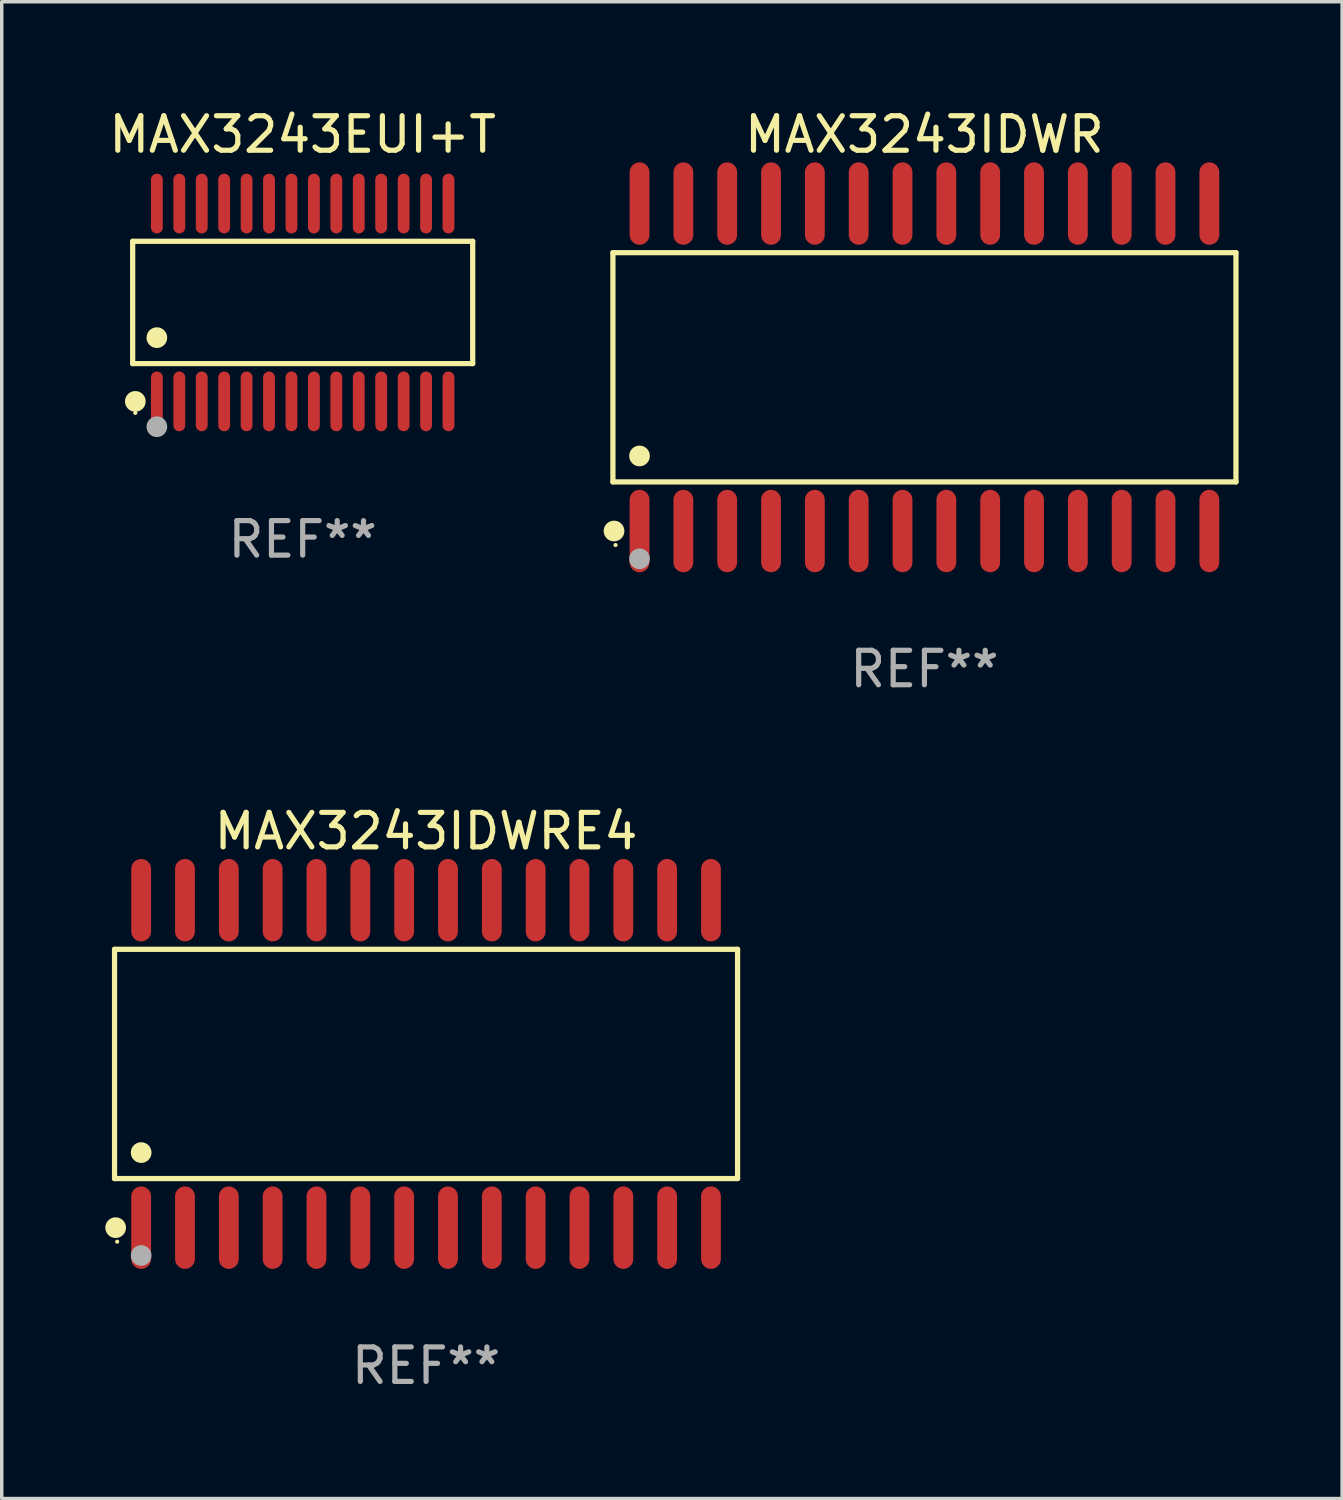
<source format=kicad_pcb>
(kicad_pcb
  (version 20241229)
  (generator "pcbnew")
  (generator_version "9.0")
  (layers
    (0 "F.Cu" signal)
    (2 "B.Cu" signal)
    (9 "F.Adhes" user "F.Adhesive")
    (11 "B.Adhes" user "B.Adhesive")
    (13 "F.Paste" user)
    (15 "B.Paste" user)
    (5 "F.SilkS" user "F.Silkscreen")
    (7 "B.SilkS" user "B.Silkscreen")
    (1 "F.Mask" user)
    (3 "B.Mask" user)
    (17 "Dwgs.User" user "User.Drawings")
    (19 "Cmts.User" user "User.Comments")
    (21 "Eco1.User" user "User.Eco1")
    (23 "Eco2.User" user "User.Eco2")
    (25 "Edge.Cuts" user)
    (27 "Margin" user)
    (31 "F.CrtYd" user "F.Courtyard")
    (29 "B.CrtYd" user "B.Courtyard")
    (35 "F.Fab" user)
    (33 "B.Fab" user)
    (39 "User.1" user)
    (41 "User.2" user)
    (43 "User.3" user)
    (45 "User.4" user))
  (footprint "MAX3243IDWR"
    (layer "F.Cu")
    (at 23.735 7.592)
    (property "Reference" "MAX3243IDWR" (at 0 -6.744 0) (layer "F.SilkS") (effects (font (size 1 1) (thickness 0.15))))
    (attr through_hole)
    (fp_line (start -9.026 -3.321) (end 9.026 -3.321) (stroke (width 0.152) (type solid)) (layer "F.SilkS"))
    (fp_line (start -9.026 3.321) (end -9.026 -3.321) (stroke (width 0.152) (type solid)) (layer "F.SilkS"))
    (fp_line (start 9.026 -3.321) (end 9.026 3.321) (stroke (width 0.152) (type solid)) (layer "F.SilkS"))
    (fp_line (start 9.026 3.321) (end -9.026 3.321) (stroke (width 0.152) (type solid)) (layer "F.SilkS"))
    (fp_circle (center -8.994 4.744) (end -8.844 4.744) (stroke (width 0.3) (type solid)) (fill no) (layer "F.SilkS"))
    (fp_circle (center -8.95 5.15) (end -8.92 5.15) (stroke (width 0.06) (type solid)) (fill no) (layer "F.SilkS"))
    (fp_circle (center -8.255 2.569) (end -8.105 2.569) (stroke (width 0.3) (type solid)) (fill no) (layer "F.SilkS"))
    (fp_circle (center -8.255 5.55) (end -8.105 5.55) (stroke (width 0.3) (type solid)) (fill no) (layer "F.Fab"))
    (fp_text user "REF**" (at 0 8.744 0) (layer "F.Fab") (effects (font (size 1 1) (thickness 0.15))))
    (pad "1" smd oval (at -8.255 4.744) (size 0.574 2.388) (layers "F.Cu" "F.Mask" "F.Paste"))
    (pad "2" smd oval (at -6.985 4.744) (size 0.574 2.388) (layers "F.Cu" "F.Mask" "F.Paste"))
    (pad "3" smd oval (at -5.715 4.744) (size 0.574 2.388) (layers "F.Cu" "F.Mask" "F.Paste"))
    (pad "4" smd oval (at -4.445 4.744) (size 0.574 2.388) (layers "F.Cu" "F.Mask" "F.Paste"))
    (pad "5" smd oval (at -3.175 4.744) (size 0.574 2.388) (layers "F.Cu" "F.Mask" "F.Paste"))
    (pad "6" smd oval (at -1.905 4.744) (size 0.574 2.388) (layers "F.Cu" "F.Mask" "F.Paste"))
    (pad "7" smd oval (at -0.635 4.744) (size 0.574 2.388) (layers "F.Cu" "F.Mask" "F.Paste"))
    (pad "8" smd oval (at 0.635 4.744) (size 0.574 2.388) (layers "F.Cu" "F.Mask" "F.Paste"))
    (pad "9" smd oval (at 1.905 4.744) (size 0.574 2.388) (layers "F.Cu" "F.Mask" "F.Paste"))
    (pad "10" smd oval (at 3.175 4.744) (size 0.574 2.388) (layers "F.Cu" "F.Mask" "F.Paste"))
    (pad "11" smd oval (at 4.445 4.744) (size 0.574 2.388) (layers "F.Cu" "F.Mask" "F.Paste"))
    (pad "12" smd oval (at 5.715 4.744) (size 0.574 2.388) (layers "F.Cu" "F.Mask" "F.Paste"))
    (pad "13" smd oval (at 6.985 4.744) (size 0.574 2.388) (layers "F.Cu" "F.Mask" "F.Paste"))
    (pad "14" smd oval (at 8.255 4.744) (size 0.574 2.388) (layers "F.Cu" "F.Mask" "F.Paste"))
    (pad "15" smd oval (at 8.255 -4.744) (size 0.574 2.388) (layers "F.Cu" "F.Mask" "F.Paste"))
    (pad "16" smd oval (at 6.985 -4.744) (size 0.574 2.388) (layers "F.Cu" "F.Mask" "F.Paste"))
    (pad "17" smd oval (at 5.715 -4.744) (size 0.574 2.388) (layers "F.Cu" "F.Mask" "F.Paste"))
    (pad "18" smd oval (at 4.445 -4.744) (size 0.574 2.388) (layers "F.Cu" "F.Mask" "F.Paste"))
    (pad "19" smd oval (at 3.175 -4.744) (size 0.574 2.388) (layers "F.Cu" "F.Mask" "F.Paste"))
    (pad "20" smd oval (at 1.905 -4.744) (size 0.574 2.388) (layers "F.Cu" "F.Mask" "F.Paste"))
    (pad "21" smd oval (at 0.635 -4.744) (size 0.574 2.388) (layers "F.Cu" "F.Mask" "F.Paste"))
    (pad "22" smd oval (at -0.635 -4.744) (size 0.574 2.388) (layers "F.Cu" "F.Mask" "F.Paste"))
    (pad "23" smd oval (at -1.905 -4.744) (size 0.574 2.388) (layers "F.Cu" "F.Mask" "F.Paste"))
    (pad "24" smd oval (at -3.175 -4.744) (size 0.574 2.388) (layers "F.Cu" "F.Mask" "F.Paste"))
    (pad "25" smd oval (at -4.445 -4.744) (size 0.574 2.388) (layers "F.Cu" "F.Mask" "F.Paste"))
    (pad "26" smd oval (at -5.715 -4.744) (size 0.574 2.388) (layers "F.Cu" "F.Mask" "F.Paste"))
    (pad "27" smd oval (at -6.985 -4.744) (size 0.574 2.388) (layers "F.Cu" "F.Mask" "F.Paste"))
    (pad "28" smd oval (at -8.255 -4.744) (size 0.574 2.388) (layers "F.Cu" "F.Mask" "F.Paste")))
  (footprint "MAX3243IDWRE4"
    (layer "F.Cu")
    (at 9.295 27.777)
    (property "Reference" "MAX3243IDWRE4" (at 0 -6.744 0) (layer "F.SilkS") (effects (font (size 1 1) (thickness 0.15))))
    (attr through_hole)
    (fp_line (start -9.026 -3.321) (end 9.026 -3.321) (stroke (width 0.152) (type solid)) (layer "F.SilkS"))
    (fp_line (start -9.026 3.321) (end -9.026 -3.321) (stroke (width 0.152) (type solid)) (layer "F.SilkS"))
    (fp_line (start 9.026 -3.321) (end 9.026 3.321) (stroke (width 0.152) (type solid)) (layer "F.SilkS"))
    (fp_line (start 9.026 3.321) (end -9.026 3.321) (stroke (width 0.152) (type solid)) (layer "F.SilkS"))
    (fp_circle (center -8.994 4.744) (end -8.844 4.744) (stroke (width 0.3) (type solid)) (fill no) (layer "F.SilkS"))
    (fp_circle (center -8.95 5.15) (end -8.92 5.15) (stroke (width 0.06) (type solid)) (fill no) (layer "F.SilkS"))
    (fp_circle (center -8.255 2.569) (end -8.105 2.569) (stroke (width 0.3) (type solid)) (fill no) (layer "F.SilkS"))
    (fp_circle (center -8.255 5.55) (end -8.105 5.55) (stroke (width 0.3) (type solid)) (fill no) (layer "F.Fab"))
    (fp_text user "REF**" (at 0 8.744 0) (layer "F.Fab") (effects (font (size 1 1) (thickness 0.15))))
    (pad "1" smd oval (at -8.255 4.744) (size 0.574 2.388) (layers "F.Cu" "F.Mask" "F.Paste"))
    (pad "2" smd oval (at -6.985 4.744) (size 0.574 2.388) (layers "F.Cu" "F.Mask" "F.Paste"))
    (pad "3" smd oval (at -5.715 4.744) (size 0.574 2.388) (layers "F.Cu" "F.Mask" "F.Paste"))
    (pad "4" smd oval (at -4.445 4.744) (size 0.574 2.388) (layers "F.Cu" "F.Mask" "F.Paste"))
    (pad "5" smd oval (at -3.175 4.744) (size 0.574 2.388) (layers "F.Cu" "F.Mask" "F.Paste"))
    (pad "6" smd oval (at -1.905 4.744) (size 0.574 2.388) (layers "F.Cu" "F.Mask" "F.Paste"))
    (pad "7" smd oval (at -0.635 4.744) (size 0.574 2.388) (layers "F.Cu" "F.Mask" "F.Paste"))
    (pad "8" smd oval (at 0.635 4.744) (size 0.574 2.388) (layers "F.Cu" "F.Mask" "F.Paste"))
    (pad "9" smd oval (at 1.905 4.744) (size 0.574 2.388) (layers "F.Cu" "F.Mask" "F.Paste"))
    (pad "10" smd oval (at 3.175 4.744) (size 0.574 2.388) (layers "F.Cu" "F.Mask" "F.Paste"))
    (pad "11" smd oval (at 4.445 4.744) (size 0.574 2.388) (layers "F.Cu" "F.Mask" "F.Paste"))
    (pad "12" smd oval (at 5.715 4.744) (size 0.574 2.388) (layers "F.Cu" "F.Mask" "F.Paste"))
    (pad "13" smd oval (at 6.985 4.744) (size 0.574 2.388) (layers "F.Cu" "F.Mask" "F.Paste"))
    (pad "14" smd oval (at 8.255 4.744) (size 0.574 2.388) (layers "F.Cu" "F.Mask" "F.Paste"))
    (pad "15" smd oval (at 8.255 -4.744) (size 0.574 2.388) (layers "F.Cu" "F.Mask" "F.Paste"))
    (pad "16" smd oval (at 6.985 -4.744) (size 0.574 2.388) (layers "F.Cu" "F.Mask" "F.Paste"))
    (pad "17" smd oval (at 5.715 -4.744) (size 0.574 2.388) (layers "F.Cu" "F.Mask" "F.Paste"))
    (pad "18" smd oval (at 4.445 -4.744) (size 0.574 2.388) (layers "F.Cu" "F.Mask" "F.Paste"))
    (pad "19" smd oval (at 3.175 -4.744) (size 0.574 2.388) (layers "F.Cu" "F.Mask" "F.Paste"))
    (pad "20" smd oval (at 1.905 -4.744) (size 0.574 2.388) (layers "F.Cu" "F.Mask" "F.Paste"))
    (pad "21" smd oval (at 0.635 -4.744) (size 0.574 2.388) (layers "F.Cu" "F.Mask" "F.Paste"))
    (pad "22" smd oval (at -0.635 -4.744) (size 0.574 2.388) (layers "F.Cu" "F.Mask" "F.Paste"))
    (pad "23" smd oval (at -1.905 -4.744) (size 0.574 2.388) (layers "F.Cu" "F.Mask" "F.Paste"))
    (pad "24" smd oval (at -3.175 -4.744) (size 0.574 2.388) (layers "F.Cu" "F.Mask" "F.Paste"))
    (pad "25" smd oval (at -4.445 -4.744) (size 0.574 2.388) (layers "F.Cu" "F.Mask" "F.Paste"))
    (pad "26" smd oval (at -5.715 -4.744) (size 0.574 2.388) (layers "F.Cu" "F.Mask" "F.Paste"))
    (pad "27" smd oval (at -6.985 -4.744) (size 0.574 2.388) (layers "F.Cu" "F.Mask" "F.Paste"))
    (pad "28" smd oval (at -8.255 -4.744) (size 0.574 2.388) (layers "F.Cu" "F.Mask" "F.Paste")))
  (footprint "MAX3243EUI+T"
    (layer "F.Cu")
    (at 5.72 5.714)
    (property "Reference" "MAX3243EUI+T" (at 0 -4.866 0) (layer "F.SilkS") (effects (font (size 1 1) (thickness 0.15))))
    (attr through_hole)
    (fp_line (start -4.926 -1.772) (end 4.926 -1.772) (stroke (width 0.152) (type solid)) (layer "F.SilkS"))
    (fp_line (start -4.926 1.771) (end -4.926 -1.772) (stroke (width 0.152) (type solid)) (layer "F.SilkS"))
    (fp_line (start 4.926 -1.772) (end 4.926 1.771) (stroke (width 0.152) (type solid)) (layer "F.SilkS"))
    (fp_line (start 4.926 1.771) (end -4.926 1.771) (stroke (width 0.152) (type solid)) (layer "F.SilkS"))
    (fp_circle (center -4.85 3.2) (end -4.82 3.2) (stroke (width 0.06) (type solid)) (fill no) (layer "F.SilkS"))
    (fp_circle (center -4.849 2.866) (end -4.699 2.866) (stroke (width 0.3) (type solid)) (fill no) (layer "F.SilkS"))
    (fp_circle (center -4.225 1.019) (end -4.075 1.019) (stroke (width 0.3) (type solid)) (fill no) (layer "F.SilkS"))
    (fp_circle (center -4.225 3.6) (end -4.075 3.6) (stroke (width 0.3) (type solid)) (fill no) (layer "F.Fab"))
    (fp_text user "REF**" (at 0 6.866 0) (layer "F.Fab") (effects (font (size 1 1) (thickness 0.15))))
    (pad "1" smd oval (at -4.225 2.866) (size 0.343 1.731) (layers "F.Cu" "F.Mask" "F.Paste"))
    (pad "2" smd oval (at -3.575 2.866) (size 0.343 1.731) (layers "F.Cu" "F.Mask" "F.Paste"))
    (pad "3" smd oval (at -2.925 2.866) (size 0.343 1.731) (layers "F.Cu" "F.Mask" "F.Paste"))
    (pad "4" smd oval (at -2.275 2.866) (size 0.343 1.731) (layers "F.Cu" "F.Mask" "F.Paste"))
    (pad "5" smd oval (at -1.625 2.866) (size 0.343 1.731) (layers "F.Cu" "F.Mask" "F.Paste"))
    (pad "6" smd oval (at -0.975 2.866) (size 0.343 1.731) (layers "F.Cu" "F.Mask" "F.Paste"))
    (pad "7" smd oval (at -0.325 2.866) (size 0.343 1.731) (layers "F.Cu" "F.Mask" "F.Paste"))
    (pad "8" smd oval (at 0.325 2.866) (size 0.343 1.731) (layers "F.Cu" "F.Mask" "F.Paste"))
    (pad "9" smd oval (at 0.975 2.866) (size 0.343 1.731) (layers "F.Cu" "F.Mask" "F.Paste"))
    (pad "10" smd oval (at 1.625 2.866) (size 0.343 1.731) (layers "F.Cu" "F.Mask" "F.Paste"))
    (pad "11" smd oval (at 2.275 2.866) (size 0.343 1.731) (layers "F.Cu" "F.Mask" "F.Paste"))
    (pad "12" smd oval (at 2.925 2.866) (size 0.343 1.731) (layers "F.Cu" "F.Mask" "F.Paste"))
    (pad "13" smd oval (at 3.575 2.866) (size 0.343 1.731) (layers "F.Cu" "F.Mask" "F.Paste"))
    (pad "14" smd oval (at 4.225 2.866) (size 0.343 1.731) (layers "F.Cu" "F.Mask" "F.Paste"))
    (pad "15" smd oval (at 4.225 -2.866) (size 0.343 1.731) (layers "F.Cu" "F.Mask" "F.Paste"))
    (pad "16" smd oval (at 3.575 -2.866) (size 0.343 1.731) (layers "F.Cu" "F.Mask" "F.Paste"))
    (pad "17" smd oval (at 2.925 -2.866) (size 0.343 1.731) (layers "F.Cu" "F.Mask" "F.Paste"))
    (pad "18" smd oval (at 2.275 -2.866) (size 0.343 1.731) (layers "F.Cu" "F.Mask" "F.Paste"))
    (pad "19" smd oval (at 1.625 -2.866) (size 0.343 1.731) (layers "F.Cu" "F.Mask" "F.Paste"))
    (pad "20" smd oval (at 0.975 -2.866) (size 0.343 1.731) (layers "F.Cu" "F.Mask" "F.Paste"))
    (pad "21" smd oval (at 0.325 -2.866) (size 0.343 1.731) (layers "F.Cu" "F.Mask" "F.Paste"))
    (pad "22" smd oval (at -0.325 -2.866) (size 0.343 1.731) (layers "F.Cu" "F.Mask" "F.Paste"))
    (pad "23" smd oval (at -0.975 -2.866) (size 0.343 1.731) (layers "F.Cu" "F.Mask" "F.Paste"))
    (pad "24" smd oval (at -1.625 -2.866) (size 0.343 1.731) (layers "F.Cu" "F.Mask" "F.Paste"))
    (pad "25" smd oval (at -2.275 -2.866) (size 0.343 1.731) (layers "F.Cu" "F.Mask" "F.Paste"))
    (pad "26" smd oval (at -2.925 -2.866) (size 0.343 1.731) (layers "F.Cu" "F.Mask" "F.Paste"))
    (pad "27" smd oval (at -3.575 -2.866) (size 0.343 1.731) (layers "F.Cu" "F.Mask" "F.Paste"))
    (pad "28" smd oval (at -4.225 -2.866) (size 0.343 1.731) (layers "F.Cu" "F.Mask" "F.Paste")))
  (gr_rect
    (start -3 -3)
    (end 35.837 40.369)
    (stroke (width 0.1) (type default))
    (fill no)
    (layer "Edge.Cuts")))
</source>
